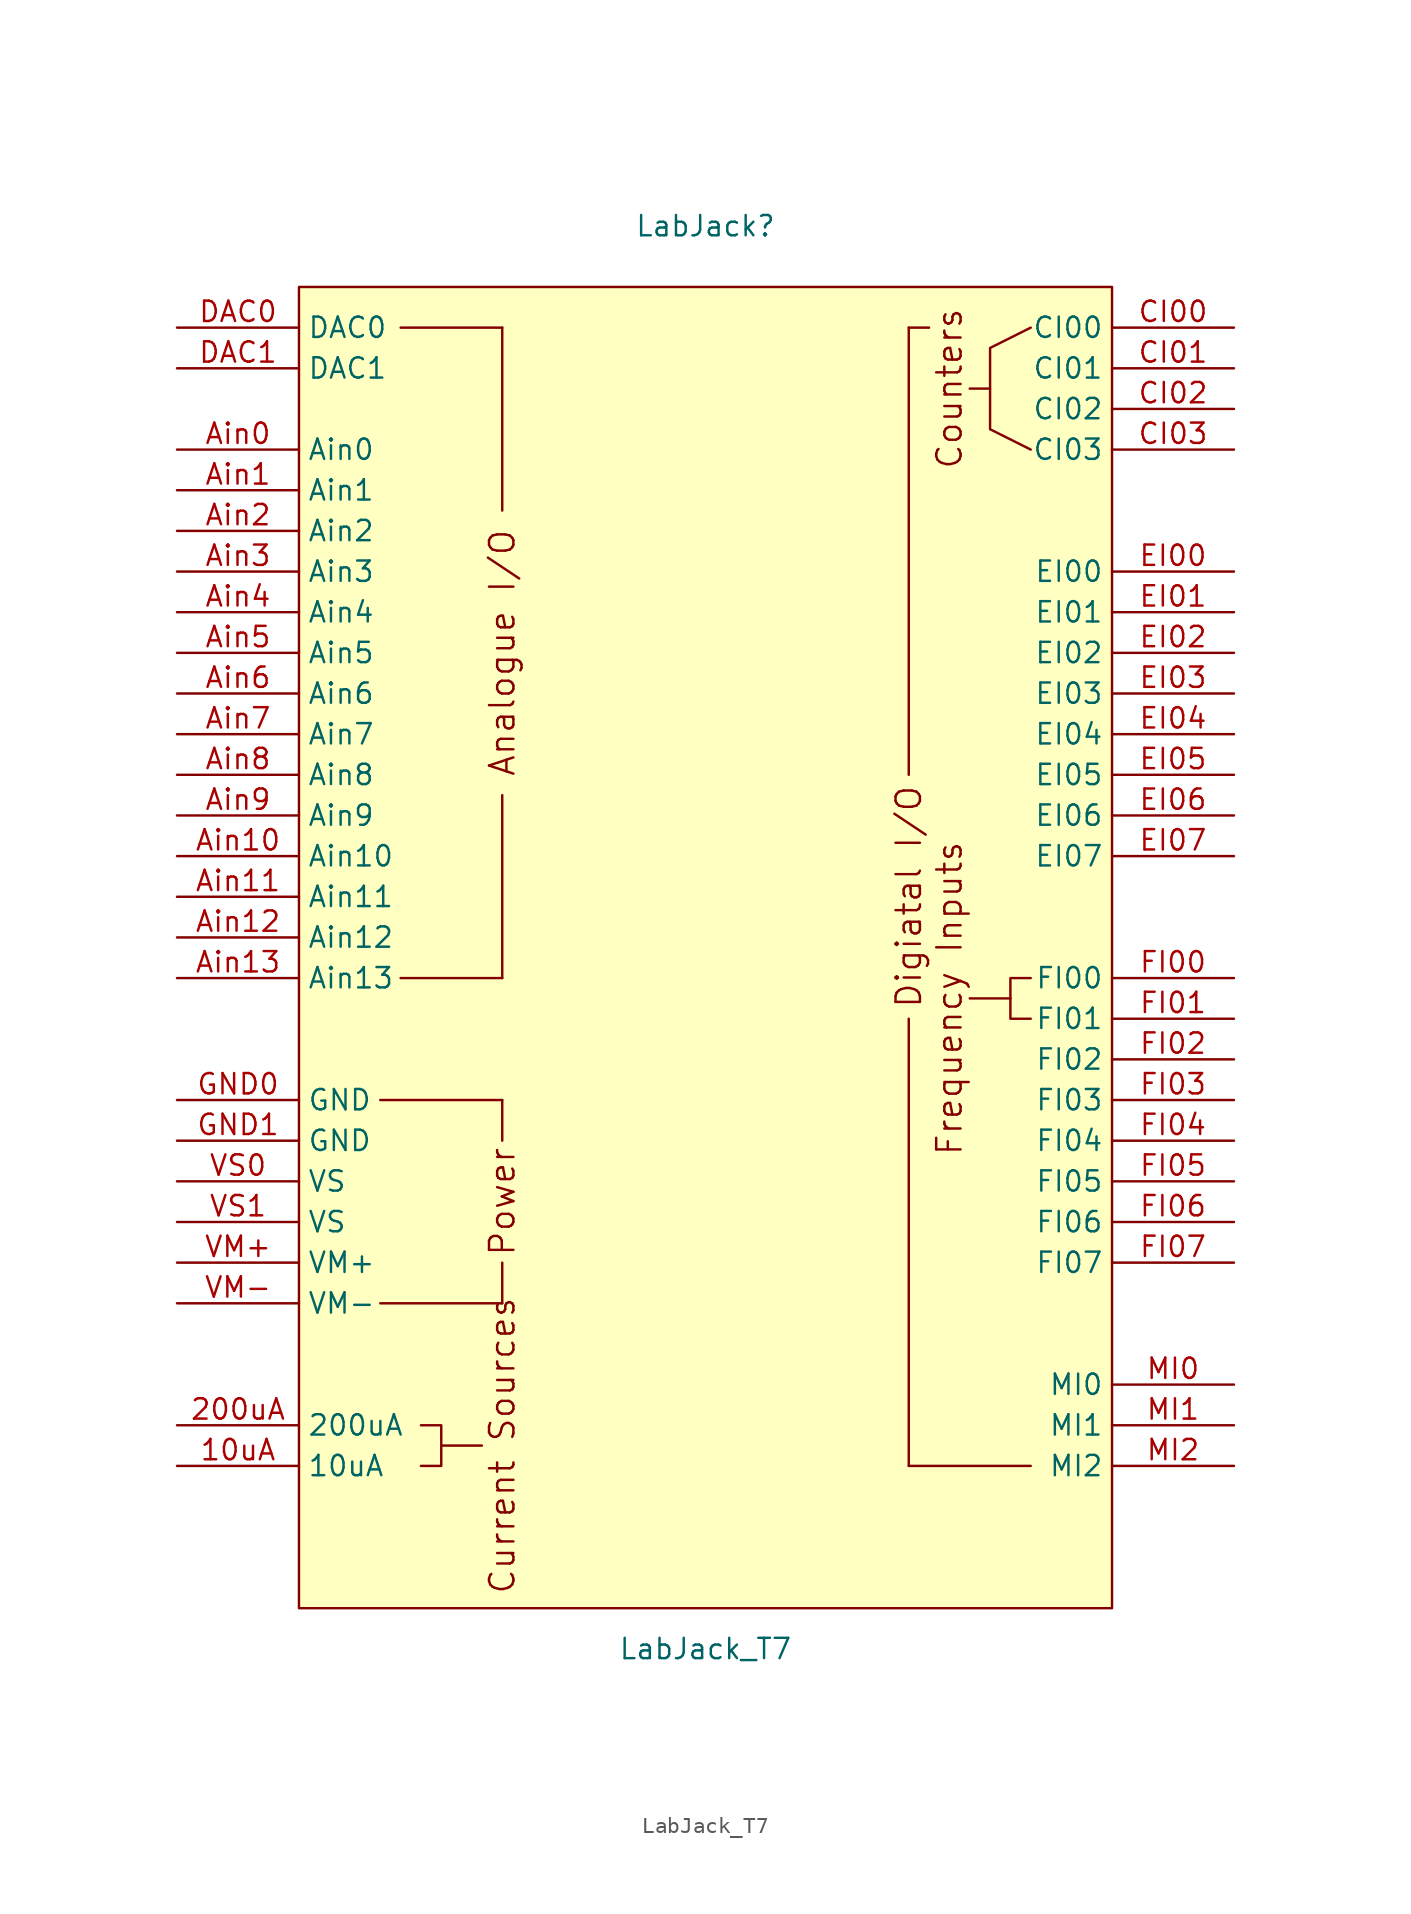
<source format=kicad_sym>
(kicad_symbol_lib
  (version 20211014)
  (generator kicad_symbol_editor)
  (symbol "LabJack_T7"
    (property "Reference" "LabJack"
      (at 0 40.64 0)
      (effects (font (size 1.27 1.27))))
    (property "Value" "LabJack_T7"
      (at 0 -48.26 0)
      (effects (font (size 1.27 1.27))))
    (symbol "LabJack_T7_0_0"
      (rectangle (start -25.4 36.83) (end 25.4 -45.72) (stroke (width 0) (type default) (color 0 0 0 0)) (fill (type background)))
      (rectangle (start -20.32 -26.67) (end -12.7 -26.67) (stroke (width 0) (type default) (color 0 0 0 0)) (fill (type none)))
      (rectangle (start -20.32 -13.97) (end -12.7 -13.97) (stroke (width 0) (type default) (color 0 0 0 0)) (fill (type none)))
      (rectangle (start -19.05 -6.35) (end -12.7 -6.35) (stroke (width 0) (type default) (color 0 0 0 0)) (fill (type none)))
      (rectangle (start -12.7 -24.13) (end -12.7 -26.67) (stroke (width 0) (type default) (color 0 0 0 0)) (fill (type none)))
      (rectangle (start -12.7 -13.97) (end -12.7 -16.51) (stroke (width 0) (type default) (color 0 0 0 0)) (fill (type none)))
      (polyline (pts (xy -19.05 34.29) (xy -12.7 34.29)) (stroke (width 0) (type default) (color 0 0 0 0)) (fill (type none)))
      (polyline (pts (xy -16.51 -35.56) (xy -13.97 -35.56)) (stroke (width 0) (type default) (color 0 0 0 0)) (fill (type none)))
      (polyline (pts (xy -12.7 -6.35) (xy -12.7 5.08)) (stroke (width 0) (type default) (color 0 0 0 0)) (fill (type none)))
      (polyline (pts (xy -12.7 22.86) (xy -12.7 34.29)) (stroke (width 0) (type default) (color 0 0 0 0)) (fill (type none)))
      (polyline (pts (xy 12.7 -36.83) (xy 12.7 -8.89)) (stroke (width 0) (type default) (color 0 0 0 0)) (fill (type none)))
      (polyline (pts (xy 12.7 -36.83) (xy 20.32 -36.83)) (stroke (width 0) (type default) (color 0 0 0 0)) (fill (type none)))
      (polyline (pts (xy 12.7 6.35) (xy 12.7 34.29)) (stroke (width 0) (type default) (color 0 0 0 0)) (fill (type none)))
      (polyline (pts (xy 12.7 34.29) (xy 13.97 34.29)) (stroke (width 0) (type default) (color 0 0 0 0)) (fill (type none)))
      (polyline (pts (xy 17.78 30.48) (xy 16.51 30.48)) (stroke (width 0) (type default) (color 0 0 0 0)) (fill (type none)))
      (polyline (pts (xy 19.05 -7.62) (xy 16.51 -7.62)) (stroke (width 0) (type default) (color 0 0 0 0)) (fill (type none)))
      (polyline (pts (xy -17.78 -36.83) (xy -16.51 -36.83) (xy -16.51 -34.29) (xy -17.78 -34.29)) (stroke (width 0) (type default) (color 0 0 0 0)) (fill (type none)))
      (polyline (pts (xy 20.32 -6.35) (xy 19.05 -6.35) (xy 19.05 -8.89) (xy 20.32 -8.89)) (stroke (width 0) (type default) (color 0 0 0 0)) (fill (type none)))
      (polyline (pts (xy 20.32 34.29) (xy 17.78 33.02) (xy 17.78 27.94) (xy 20.32 26.67)) (stroke (width 0) (type default) (color 0 0 0 0)) (fill (type none)))
      (text "Analogue I/O" (at -12.7 13.97 900) (effects (font (size 1.524 1.524))))
      (text "Counters" (at 15.24 30.48 900) (effects (font (size 1.524 1.524))))
      (text "Current Sources" (at -12.7 -35.56 900) (effects (font (size 1.524 1.524))))
      (text "Frequency Inputs" (at 15.24 -7.62 900) (effects (font (size 1.524 1.524))))
      (text "Power" (at -12.7 -20.32 900) (effects (font (size 1.524 1.524)))))
    (symbol "LabJack_T7_1_0"
      (text "Digiatal I/O" (at 12.7 -1.27 900) (effects (font (size 1.524 1.524)))))
    (symbol "LabJack_T7_1_1"
      (pin output line (at -33.02 -36.83 0) (length 7.62) (name "10uA" (effects (font (size 1.27 1.27)))) (number "10uA" (effects (font (size 1.27 1.27)))))
      (pin output line (at -33.02 -34.29 0) (length 7.62) (name "200uA" (effects (font (size 1.27 1.27)))) (number "200uA" (effects (font (size 1.27 1.27)))))
      (pin input line (at -33.02 26.67 0) (length 7.62) (name "Ain0" (effects (font (size 1.27 1.27)))) (number "Ain0" (effects (font (size 1.27 1.27)))))
      (pin input line (at -33.02 24.13 0) (length 7.62) (name "Ain1" (effects (font (size 1.27 1.27)))) (number "Ain1" (effects (font (size 1.27 1.27)))))
      (pin input line (at -33.02 1.27 0) (length 7.62) (name "Ain10" (effects (font (size 1.27 1.27)))) (number "Ain10" (effects (font (size 1.27 1.27)))))
      (pin input line (at -33.02 -1.27 0) (length 7.62) (name "Ain11" (effects (font (size 1.27 1.27)))) (number "Ain11" (effects (font (size 1.27 1.27)))))
      (pin input line (at -33.02 -3.81 0) (length 7.62) (name "Ain12" (effects (font (size 1.27 1.27)))) (number "Ain12" (effects (font (size 1.27 1.27)))))
      (pin input line (at -33.02 -6.35 0) (length 7.62) (name "Ain13" (effects (font (size 1.27 1.27)))) (number "Ain13" (effects (font (size 1.27 1.27)))))
      (pin input line (at -33.02 21.59 0) (length 7.62) (name "Ain2" (effects (font (size 1.27 1.27)))) (number "Ain2" (effects (font (size 1.27 1.27)))))
      (pin input line (at -33.02 19.05 0) (length 7.62) (name "Ain3" (effects (font (size 1.27 1.27)))) (number "Ain3" (effects (font (size 1.27 1.27)))))
      (pin input line (at -33.02 16.51 0) (length 7.62) (name "Ain4" (effects (font (size 1.27 1.27)))) (number "Ain4" (effects (font (size 1.27 1.27)))))
      (pin input line (at -33.02 13.97 0) (length 7.62) (name "Ain5" (effects (font (size 1.27 1.27)))) (number "Ain5" (effects (font (size 1.27 1.27)))))
      (pin input line (at -33.02 11.43 0) (length 7.62) (name "Ain6" (effects (font (size 1.27 1.27)))) (number "Ain6" (effects (font (size 1.27 1.27)))))
      (pin input line (at -33.02 8.89 0) (length 7.62) (name "Ain7" (effects (font (size 1.27 1.27)))) (number "Ain7" (effects (font (size 1.27 1.27)))))
      (pin input line (at -33.02 6.35 0) (length 7.62) (name "Ain8" (effects (font (size 1.27 1.27)))) (number "Ain8" (effects (font (size 1.27 1.27)))))
      (pin input line (at -33.02 3.81 0) (length 7.62) (name "Ain9" (effects (font (size 1.27 1.27)))) (number "Ain9" (effects (font (size 1.27 1.27)))))
      (pin bidirectional line (at 33.02 34.29 180) (length 7.62) (name "CI00" (effects (font (size 1.27 1.27)))) (number "CI00" (effects (font (size 1.27 1.27)))))
      (pin bidirectional line (at 33.02 31.75 180) (length 7.62) (name "CI01" (effects (font (size 1.27 1.27)))) (number "CI01" (effects (font (size 1.27 1.27)))))
      (pin bidirectional line (at 33.02 29.21 180) (length 7.62) (name "CI02" (effects (font (size 1.27 1.27)))) (number "CI02" (effects (font (size 1.27 1.27)))))
      (pin bidirectional line (at 33.02 26.67 180) (length 7.62) (name "CI03" (effects (font (size 1.27 1.27)))) (number "CI03" (effects (font (size 1.27 1.27)))))
      (pin output line (at -33.02 34.29 0) (length 7.62) (name "DAC0" (effects (font (size 1.27 1.27)))) (number "DAC0" (effects (font (size 1.27 1.27)))))
      (pin output line (at -33.02 31.75 0) (length 7.62) (name "DAC1" (effects (font (size 1.27 1.27)))) (number "DAC1" (effects (font (size 1.27 1.27)))))
      (pin bidirectional line (at 33.02 19.05 180) (length 7.62) (name "EI00" (effects (font (size 1.27 1.27)))) (number "EI00" (effects (font (size 1.27 1.27)))))
      (pin bidirectional line (at 33.02 16.51 180) (length 7.62) (name "EI01" (effects (font (size 1.27 1.27)))) (number "EI01" (effects (font (size 1.27 1.27)))))
      (pin bidirectional line (at 33.02 13.97 180) (length 7.62) (name "EI02" (effects (font (size 1.27 1.27)))) (number "EI02" (effects (font (size 1.27 1.27)))))
      (pin bidirectional line (at 33.02 11.43 180) (length 7.62) (name "EI03" (effects (font (size 1.27 1.27)))) (number "EI03" (effects (font (size 1.27 1.27)))))
      (pin bidirectional line (at 33.02 8.89 180) (length 7.62) (name "EI04" (effects (font (size 1.27 1.27)))) (number "EI04" (effects (font (size 1.27 1.27)))))
      (pin bidirectional line (at 33.02 6.35 180) (length 7.62) (name "EI05" (effects (font (size 1.27 1.27)))) (number "EI05" (effects (font (size 1.27 1.27)))))
      (pin bidirectional line (at 33.02 3.81 180) (length 7.62) (name "EI06" (effects (font (size 1.27 1.27)))) (number "EI06" (effects (font (size 1.27 1.27)))))
      (pin bidirectional line (at 33.02 1.27 180) (length 7.62) (name "EI07" (effects (font (size 1.27 1.27)))) (number "EI07" (effects (font (size 1.27 1.27)))))
      (pin bidirectional line (at 33.02 -6.35 180) (length 7.62) (name "FI00" (effects (font (size 1.27 1.27)))) (number "FI00" (effects (font (size 1.27 1.27)))))
      (pin bidirectional line (at 33.02 -8.89 180) (length 7.62) (name "FI01" (effects (font (size 1.27 1.27)))) (number "FI01" (effects (font (size 1.27 1.27)))))
      (pin bidirectional line (at 33.02 -11.43 180) (length 7.62) (name "FI02" (effects (font (size 1.27 1.27)))) (number "FI02" (effects (font (size 1.27 1.27)))))
      (pin bidirectional line (at 33.02 -13.97 180) (length 7.62) (name "FI03" (effects (font (size 1.27 1.27)))) (number "FI03" (effects (font (size 1.27 1.27)))))
      (pin bidirectional line (at 33.02 -16.51 180) (length 7.62) (name "FI04" (effects (font (size 1.27 1.27)))) (number "FI04" (effects (font (size 1.27 1.27)))))
      (pin bidirectional line (at 33.02 -19.05 180) (length 7.62) (name "FI05" (effects (font (size 1.27 1.27)))) (number "FI05" (effects (font (size 1.27 1.27)))))
      (pin bidirectional line (at 33.02 -21.59 180) (length 7.62) (name "FI06" (effects (font (size 1.27 1.27)))) (number "FI06" (effects (font (size 1.27 1.27)))))
      (pin bidirectional line (at 33.02 -24.13 180) (length 7.62) (name "FI07" (effects (font (size 1.27 1.27)))) (number "FI07" (effects (font (size 1.27 1.27)))))
      (pin power_in line (at -33.02 -13.97 0) (length 7.62) (name "GND" (effects (font (size 1.27 1.27)))) (number "GND0" (effects (font (size 1.27 1.27)))))
      (pin power_in line (at -33.02 -16.51 0) (length 7.62) (name "GND" (effects (font (size 1.27 1.27)))) (number "GND1" (effects (font (size 1.27 1.27)))))
      (pin bidirectional line (at 33.02 -31.75 180) (length 7.62) (name "MI0" (effects (font (size 1.27 1.27)))) (number "MI0" (effects (font (size 1.27 1.27)))))
      (pin bidirectional line (at 33.02 -34.29 180) (length 7.62) (name "MI1" (effects (font (size 1.27 1.27)))) (number "MI1" (effects (font (size 1.27 1.27)))))
      (pin bidirectional line (at 33.02 -36.83 180) (length 7.62) (name "MI2" (effects (font (size 1.27 1.27)))) (number "MI2" (effects (font (size 1.27 1.27)))))
      (pin power_in line (at -33.02 -24.13 0) (length 7.62) (name "VM+" (effects (font (size 1.27 1.27)))) (number "VM+" (effects (font (size 1.27 1.27)))))
      (pin power_in line (at -33.02 -26.67 0) (length 7.62) (name "VM-" (effects (font (size 1.27 1.27)))) (number "VM-" (effects (font (size 1.27 1.27)))))
      (pin power_in line (at -33.02 -19.05 0) (length 7.62) (name "VS" (effects (font (size 1.27 1.27)))) (number "VS0" (effects (font (size 1.27 1.27)))))
      (pin power_in line (at -33.02 -21.59 0) (length 7.62) (name "VS" (effects (font (size 1.27 1.27)))) (number "VS1" (effects (font (size 1.27 1.27))))))))
</source>
